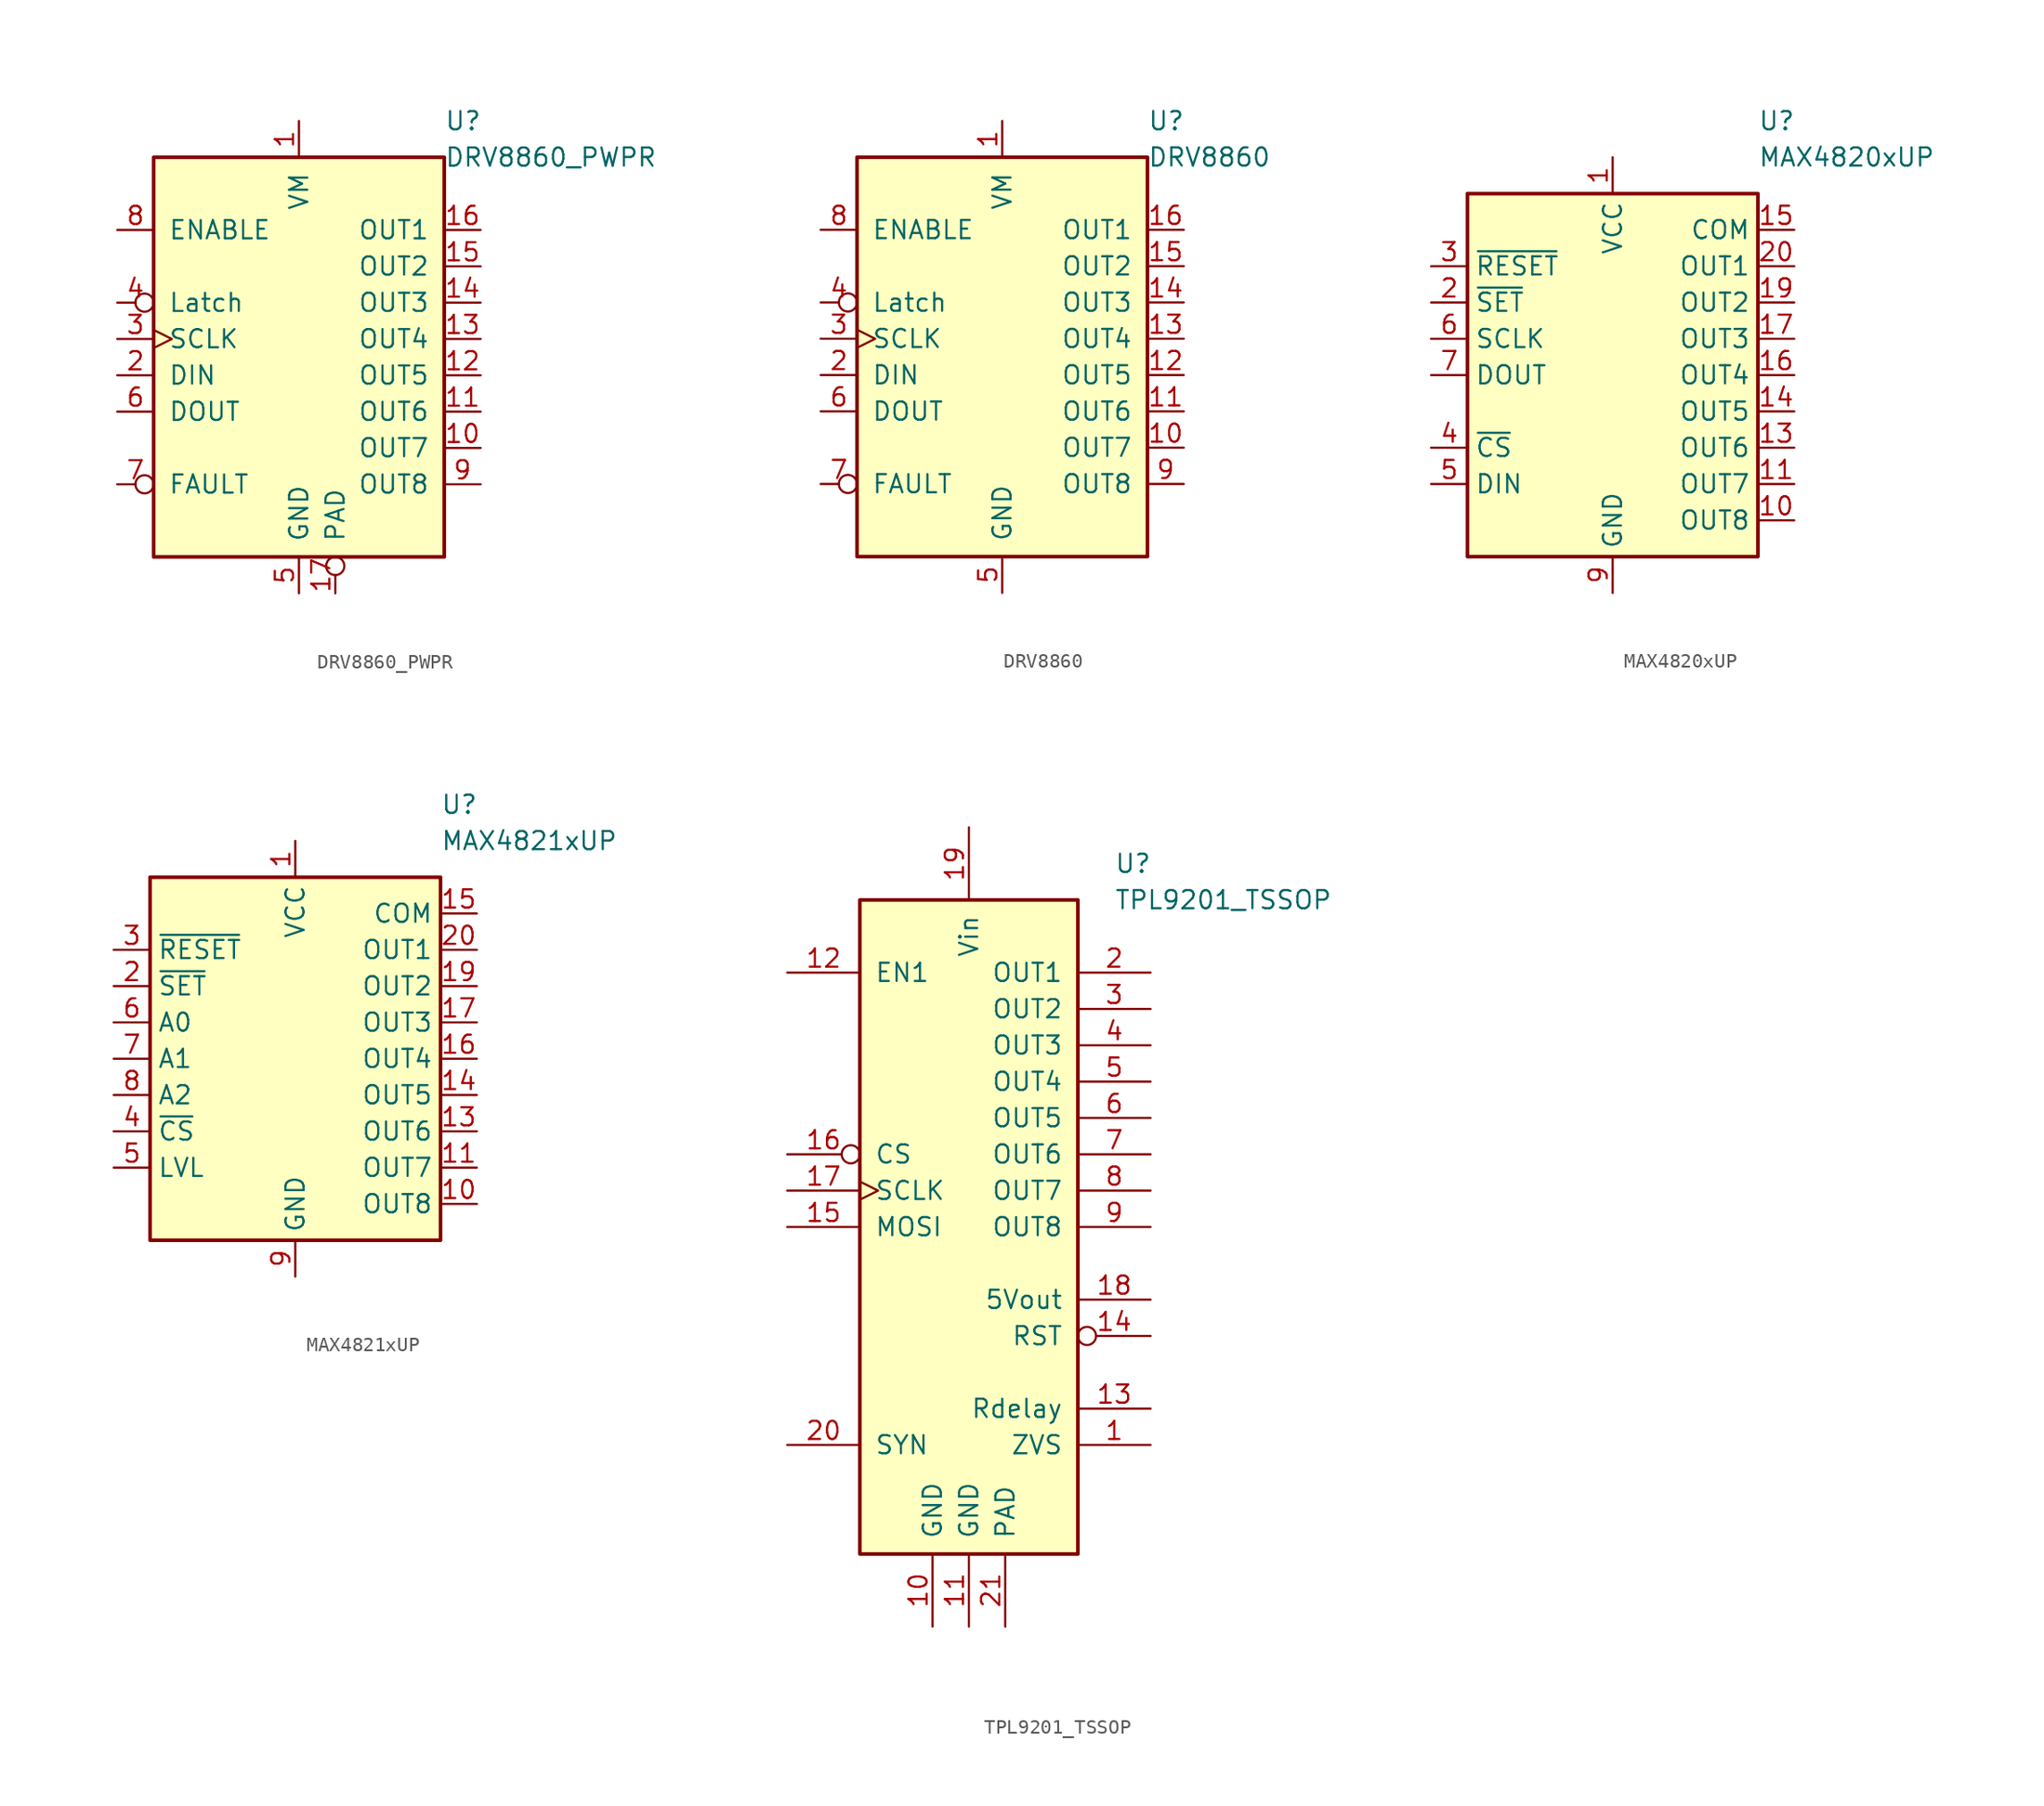
<source format=kicad_sym>
(kicad_symbol_lib
  (version 20241209)
  (generator "kicad_symbol_editor")
  (generator_version "9.0")
  (symbol "DRV8860_PWPR"
    (pin_names
      (offset 1.016))
    (property "Reference" "U"
      (at 10.16 17.78 0)
      (effects (font (size 1.27 1.27)) (justify left)))
    (property "Value" "DRV8860_PWPR"
      (at 10.16 15.24 0)
      (effects (font (size 1.27 1.27)) (justify left)))
    (symbol "DRV8860_PWPR_0_1"
      (rectangle (start -10.16 15.24) (end 10.16 -12.7) (stroke (width 0.254) (type default)) (fill (type background))))
    (symbol "DRV8860_PWPR_1_1"
      (pin input line (at -12.7 10.16 0) (length 2.54) (name "ENABLE" (effects (font (size 1.27 1.27)))) (number "8" (effects (font (size 1.27 1.27)))))
      (pin input inverted (at -12.7 5.08 0) (length 2.54) (name "Latch" (effects (font (size 1.27 1.27)))) (number "4" (effects (font (size 1.27 1.27)))))
      (pin input clock (at -12.7 2.54 0) (length 2.54) (name "SCLK" (effects (font (size 1.27 1.27)))) (number "3" (effects (font (size 1.27 1.27)))))
      (pin input line (at -12.7 0 0) (length 2.54) (name "DIN" (effects (font (size 1.27 1.27)))) (number "2" (effects (font (size 1.27 1.27)))))
      (pin output line (at -12.7 -2.54 0) (length 2.54) (name "DOUT" (effects (font (size 1.27 1.27)))) (number "6" (effects (font (size 1.27 1.27)))))
      (pin open_collector inverted (at -12.7 -7.62 0) (length 2.54) (name "FAULT" (effects (font (size 1.27 1.27)))) (number "7" (effects (font (size 1.27 1.27)))))
      (pin power_in line (at 0 17.78 270) (length 2.54) (name "VM" (effects (font (size 1.27 1.27)))) (number "1" (effects (font (size 1.27 1.27)))))
      (pin power_in line (at 0 -15.24 90) (length 2.54) (name "GND" (effects (font (size 1.27 1.27)))) (number "5" (effects (font (size 1.27 1.27)))))
      (pin power_in inverted (at 2.54 -15.24 90) (length 2.54) (name "PAD" (effects (font (size 1.27 1.27)))) (number "17" (effects (font (size 1.27 1.27)))))
      (pin output line (at 12.7 10.16 180) (length 2.54) (name "OUT1" (effects (font (size 1.27 1.27)))) (number "16" (effects (font (size 1.27 1.27)))))
      (pin output line (at 12.7 7.62 180) (length 2.54) (name "OUT2" (effects (font (size 1.27 1.27)))) (number "15" (effects (font (size 1.27 1.27)))))
      (pin output line (at 12.7 5.08 180) (length 2.54) (name "OUT3" (effects (font (size 1.27 1.27)))) (number "14" (effects (font (size 1.27 1.27)))))
      (pin output line (at 12.7 2.54 180) (length 2.54) (name "OUT4" (effects (font (size 1.27 1.27)))) (number "13" (effects (font (size 1.27 1.27)))))
      (pin output line (at 12.7 0 180) (length 2.54) (name "OUT5" (effects (font (size 1.27 1.27)))) (number "12" (effects (font (size 1.27 1.27)))))
      (pin output line (at 12.7 -2.54 180) (length 2.54) (name "OUT6" (effects (font (size 1.27 1.27)))) (number "11" (effects (font (size 1.27 1.27)))))
      (pin output line (at 12.7 -5.08 180) (length 2.54) (name "OUT7" (effects (font (size 1.27 1.27)))) (number "10" (effects (font (size 1.27 1.27)))))
      (pin output line (at 12.7 -7.62 180) (length 2.54) (name "OUT8" (effects (font (size 1.27 1.27)))) (number "9" (effects (font (size 1.27 1.27)))))))
  (symbol "DRV8860"
    (pin_names
      (offset 1.016))
    (property "Reference" "U"
      (at 10.16 17.78 0)
      (effects (font (size 1.27 1.27)) (justify left)))
    (property "Value" "DRV8860"
      (at 10.16 15.24 0)
      (effects (font (size 1.27 1.27)) (justify left)))
    (symbol "DRV8860_0_1"
      (rectangle (start -10.16 15.24) (end 10.16 -12.7) (stroke (width 0.254) (type default)) (fill (type background))))
    (symbol "DRV8860_1_1"
      (pin input line (at -12.7 10.16 0) (length 2.54) (name "ENABLE" (effects (font (size 1.27 1.27)))) (number "8" (effects (font (size 1.27 1.27)))))
      (pin input inverted (at -12.7 5.08 0) (length 2.54) (name "Latch" (effects (font (size 1.27 1.27)))) (number "4" (effects (font (size 1.27 1.27)))))
      (pin input clock (at -12.7 2.54 0) (length 2.54) (name "SCLK" (effects (font (size 1.27 1.27)))) (number "3" (effects (font (size 1.27 1.27)))))
      (pin input line (at -12.7 0 0) (length 2.54) (name "DIN" (effects (font (size 1.27 1.27)))) (number "2" (effects (font (size 1.27 1.27)))))
      (pin output line (at -12.7 -2.54 0) (length 2.54) (name "DOUT" (effects (font (size 1.27 1.27)))) (number "6" (effects (font (size 1.27 1.27)))))
      (pin open_collector inverted (at -12.7 -7.62 0) (length 2.54) (name "FAULT" (effects (font (size 1.27 1.27)))) (number "7" (effects (font (size 1.27 1.27)))))
      (pin power_in line (at 0 17.78 270) (length 2.54) (name "VM" (effects (font (size 1.27 1.27)))) (number "1" (effects (font (size 1.27 1.27)))))
      (pin power_in line (at 0 -15.24 90) (length 2.54) (name "GND" (effects (font (size 1.27 1.27)))) (number "5" (effects (font (size 1.27 1.27)))))
      (pin output line (at 12.7 10.16 180) (length 2.54) (name "OUT1" (effects (font (size 1.27 1.27)))) (number "16" (effects (font (size 1.27 1.27)))))
      (pin output line (at 12.7 7.62 180) (length 2.54) (name "OUT2" (effects (font (size 1.27 1.27)))) (number "15" (effects (font (size 1.27 1.27)))))
      (pin output line (at 12.7 5.08 180) (length 2.54) (name "OUT3" (effects (font (size 1.27 1.27)))) (number "14" (effects (font (size 1.27 1.27)))))
      (pin output line (at 12.7 2.54 180) (length 2.54) (name "OUT4" (effects (font (size 1.27 1.27)))) (number "13" (effects (font (size 1.27 1.27)))))
      (pin output line (at 12.7 0 180) (length 2.54) (name "OUT5" (effects (font (size 1.27 1.27)))) (number "12" (effects (font (size 1.27 1.27)))))
      (pin output line (at 12.7 -2.54 180) (length 2.54) (name "OUT6" (effects (font (size 1.27 1.27)))) (number "11" (effects (font (size 1.27 1.27)))))
      (pin output line (at 12.7 -5.08 180) (length 2.54) (name "OUT7" (effects (font (size 1.27 1.27)))) (number "10" (effects (font (size 1.27 1.27)))))
      (pin output line (at 12.7 -7.62 180) (length 2.54) (name "OUT8" (effects (font (size 1.27 1.27)))) (number "9" (effects (font (size 1.27 1.27)))))))
  (symbol "MAX4820xUP"
    (property "Reference" "U"
      (at 10.16 17.78 0)
      (effects (font (size 1.27 1.27)) (justify left)))
    (property "Value" "MAX4820xUP"
      (at 10.16 15.24 0)
      (effects (font (size 1.27 1.27)) (justify left)))
    (symbol "MAX4820xUP_0_0"
      (pin passive line (at 0 -15.24 90) (length 2.54) (hide yes) (name "GND" (effects (font (size 1.27 1.27)))) (number "18" (effects (font (size 1.27 1.27)))))
      (pin passive line (at 0 -15.24 90) (length 2.54) (hide yes) (name "GND" (effects (font (size 1.27 1.27)))) (number "21" (effects (font (size 1.27 1.27)))))
      (pin power_in line (at 0 -15.24 90) (length 2.54) (name "GND" (effects (font (size 1.27 1.27)))) (number "9" (effects (font (size 1.27 1.27)))))
      (pin open_collector line (at 12.7 7.62 180) (length 2.54) (name "OUT1" (effects (font (size 1.27 1.27)))) (number "20" (effects (font (size 1.27 1.27)))))
      (pin open_collector line (at 12.7 5.08 180) (length 2.54) (name "OUT2" (effects (font (size 1.27 1.27)))) (number "19" (effects (font (size 1.27 1.27)))))
      (pin open_collector line (at 12.7 2.54 180) (length 2.54) (name "OUT3" (effects (font (size 1.27 1.27)))) (number "17" (effects (font (size 1.27 1.27))))))
    (symbol "MAX4820xUP_0_1"
      (rectangle (start -10.16 12.7) (end 10.16 -12.7) (stroke (width 0.254) (type default)) (fill (type background))))
    (symbol "MAX4820xUP_1_1"
      (pin input line (at -12.7 7.62 0) (length 2.54) (name "~{RESET}" (effects (font (size 1.27 1.27)))) (number "3" (effects (font (size 1.27 1.27)))))
      (pin input line (at -12.7 5.08 0) (length 2.54) (name "~{SET}" (effects (font (size 1.27 1.27)))) (number "2" (effects (font (size 1.27 1.27)))))
      (pin input line (at -12.7 2.54 0) (length 2.54) (name "SCLK" (effects (font (size 1.27 1.27)))) (number "6" (effects (font (size 1.27 1.27)))))
      (pin output line (at -12.7 0 0) (length 2.54) (name "DOUT" (effects (font (size 1.27 1.27)))) (number "7" (effects (font (size 1.27 1.27)))))
      (pin input line (at -12.7 -5.08 0) (length 2.54) (name "~{CS}" (effects (font (size 1.27 1.27)))) (number "4" (effects (font (size 1.27 1.27)))))
      (pin input line (at -12.7 -7.62 0) (length 2.54) (name "DIN" (effects (font (size 1.27 1.27)))) (number "5" (effects (font (size 1.27 1.27)))))
      (pin no_connect line (at -10.16 -2.54 0) (length 2.54) (hide yes) (name "NC" (effects (font (size 1.27 1.27)))) (number "8" (effects (font (size 1.27 1.27)))))
      (pin power_in line (at 0 15.24 270) (length 2.54) (name "VCC" (effects (font (size 1.27 1.27)))) (number "1" (effects (font (size 1.27 1.27)))))
      (pin passive line (at 0 -15.24 90) (length 2.54) (hide yes) (name "GND" (effects (font (size 1.27 1.27)))) (number "12" (effects (font (size 1.27 1.27)))))
      (pin passive line (at 12.7 10.16 180) (length 2.54) (name "COM" (effects (font (size 1.27 1.27)))) (number "15" (effects (font (size 1.27 1.27)))))
      (pin open_collector line (at 12.7 0 180) (length 2.54) (name "OUT4" (effects (font (size 1.27 1.27)))) (number "16" (effects (font (size 1.27 1.27)))))
      (pin open_collector line (at 12.7 -2.54 180) (length 2.54) (name "OUT5" (effects (font (size 1.27 1.27)))) (number "14" (effects (font (size 1.27 1.27)))))
      (pin open_collector line (at 12.7 -5.08 180) (length 2.54) (name "OUT6" (effects (font (size 1.27 1.27)))) (number "13" (effects (font (size 1.27 1.27)))))
      (pin open_collector line (at 12.7 -7.62 180) (length 2.54) (name "OUT7" (effects (font (size 1.27 1.27)))) (number "11" (effects (font (size 1.27 1.27)))))
      (pin open_collector line (at 12.7 -10.16 180) (length 2.54) (name "OUT8" (effects (font (size 1.27 1.27)))) (number "10" (effects (font (size 1.27 1.27)))))))
  (symbol "MAX4821xUP"
    (property "Reference" "U"
      (at 10.16 17.78 0)
      (effects (font (size 1.27 1.27)) (justify left)))
    (property "Value" "MAX4821xUP"
      (at 10.16 15.24 0)
      (effects (font (size 1.27 1.27)) (justify left)))
    (symbol "MAX4821xUP_0_0"
      (pin passive line (at 0 -15.24 90) (length 2.54) (hide yes) (name "GND" (effects (font (size 1.27 1.27)))) (number "18" (effects (font (size 1.27 1.27)))))
      (pin passive line (at 0 -15.24 90) (length 2.54) (hide yes) (name "GND" (effects (font (size 1.27 1.27)))) (number "21" (effects (font (size 1.27 1.27)))))
      (pin power_in line (at 0 -15.24 90) (length 2.54) (name "GND" (effects (font (size 1.27 1.27)))) (number "9" (effects (font (size 1.27 1.27)))))
      (pin open_collector line (at 12.7 7.62 180) (length 2.54) (name "OUT1" (effects (font (size 1.27 1.27)))) (number "20" (effects (font (size 1.27 1.27)))))
      (pin open_collector line (at 12.7 5.08 180) (length 2.54) (name "OUT2" (effects (font (size 1.27 1.27)))) (number "19" (effects (font (size 1.27 1.27)))))
      (pin open_collector line (at 12.7 2.54 180) (length 2.54) (name "OUT3" (effects (font (size 1.27 1.27)))) (number "17" (effects (font (size 1.27 1.27))))))
    (symbol "MAX4821xUP_0_1"
      (rectangle (start -10.16 12.7) (end 10.16 -12.7) (stroke (width 0.254) (type default)) (fill (type background))))
    (symbol "MAX4821xUP_1_1"
      (pin input line (at -12.7 7.62 0) (length 2.54) (name "~{RESET}" (effects (font (size 1.27 1.27)))) (number "3" (effects (font (size 1.27 1.27)))))
      (pin input line (at -12.7 5.08 0) (length 2.54) (name "~{SET}" (effects (font (size 1.27 1.27)))) (number "2" (effects (font (size 1.27 1.27)))))
      (pin input line (at -12.7 2.54 0) (length 2.54) (name "A0" (effects (font (size 1.27 1.27)))) (number "6" (effects (font (size 1.27 1.27)))))
      (pin input line (at -12.7 0 0) (length 2.54) (name "A1" (effects (font (size 1.27 1.27)))) (number "7" (effects (font (size 1.27 1.27)))))
      (pin input line (at -12.7 -2.54 0) (length 2.54) (name "A2" (effects (font (size 1.27 1.27)))) (number "8" (effects (font (size 1.27 1.27)))))
      (pin input line (at -12.7 -5.08 0) (length 2.54) (name "~{CS}" (effects (font (size 1.27 1.27)))) (number "4" (effects (font (size 1.27 1.27)))))
      (pin input line (at -12.7 -7.62 0) (length 2.54) (name "LVL" (effects (font (size 1.27 1.27)))) (number "5" (effects (font (size 1.27 1.27)))))
      (pin power_in line (at 0 15.24 270) (length 2.54) (name "VCC" (effects (font (size 1.27 1.27)))) (number "1" (effects (font (size 1.27 1.27)))))
      (pin passive line (at 0 -15.24 90) (length 2.54) (hide yes) (name "GND" (effects (font (size 1.27 1.27)))) (number "12" (effects (font (size 1.27 1.27)))))
      (pin passive line (at 12.7 10.16 180) (length 2.54) (name "COM" (effects (font (size 1.27 1.27)))) (number "15" (effects (font (size 1.27 1.27)))))
      (pin open_collector line (at 12.7 0 180) (length 2.54) (name "OUT4" (effects (font (size 1.27 1.27)))) (number "16" (effects (font (size 1.27 1.27)))))
      (pin open_collector line (at 12.7 -2.54 180) (length 2.54) (name "OUT5" (effects (font (size 1.27 1.27)))) (number "14" (effects (font (size 1.27 1.27)))))
      (pin open_collector line (at 12.7 -5.08 180) (length 2.54) (name "OUT6" (effects (font (size 1.27 1.27)))) (number "13" (effects (font (size 1.27 1.27)))))
      (pin open_collector line (at 12.7 -7.62 180) (length 2.54) (name "OUT7" (effects (font (size 1.27 1.27)))) (number "11" (effects (font (size 1.27 1.27)))))
      (pin open_collector line (at 12.7 -10.16 180) (length 2.54) (name "OUT8" (effects (font (size 1.27 1.27)))) (number "10" (effects (font (size 1.27 1.27)))))))
  (symbol "TPL9201_TSSOP"
    (pin_names
      (offset 1.016))
    (property "Reference" "U"
      (at 10.16 17.78 0)
      (effects (font (size 1.27 1.27)) (justify left)))
    (property "Value" "TPL9201_TSSOP"
      (at 10.16 15.24 0)
      (effects (font (size 1.27 1.27)) (justify left)))
    (symbol "TPL9201_TSSOP_0_1"
      (rectangle (start -7.62 15.24) (end 7.62 -30.48) (stroke (width 0.254) (type default)) (fill (type background))))
    (symbol "TPL9201_TSSOP_1_1"
      (pin input line (at -12.7 10.16 0) (length 5.08) (name "EN1" (effects (font (size 1.27 1.27)))) (number "12" (effects (font (size 1.27 1.27)))))
      (pin input inverted (at -12.7 -2.54 0) (length 5.08) (name "CS" (effects (font (size 1.27 1.27)))) (number "16" (effects (font (size 1.27 1.27)))))
      (pin input clock (at -12.7 -5.08 0) (length 5.08) (name "SCLK" (effects (font (size 1.27 1.27)))) (number "17" (effects (font (size 1.27 1.27)))))
      (pin input line (at -12.7 -7.62 0) (length 5.08) (name "MOSI" (effects (font (size 1.27 1.27)))) (number "15" (effects (font (size 1.27 1.27)))))
      (pin input line (at -12.7 -22.86 0) (length 5.08) (name "SYN" (effects (font (size 1.27 1.27)))) (number "20" (effects (font (size 1.27 1.27)))))
      (pin power_in line (at -2.54 -35.56 90) (length 5.08) (name "GND" (effects (font (size 1.27 1.27)))) (number "10" (effects (font (size 1.27 1.27)))))
      (pin power_in line (at 0 20.32 270) (length 5.08) (name "Vin" (effects (font (size 1.27 1.27)))) (number "19" (effects (font (size 1.27 1.27)))))
      (pin power_in line (at 0 -35.56 90) (length 5.08) (name "GND" (effects (font (size 1.27 1.27)))) (number "11" (effects (font (size 1.27 1.27)))))
      (pin power_in line (at 2.54 -35.56 90) (length 5.08) (name "PAD" (effects (font (size 1.27 1.27)))) (number "21" (effects (font (size 1.27 1.27)))))
      (pin output line (at 12.7 10.16 180) (length 5.08) (name "OUT1" (effects (font (size 1.27 1.27)))) (number "2" (effects (font (size 1.27 1.27)))))
      (pin output line (at 12.7 7.62 180) (length 5.08) (name "OUT2" (effects (font (size 1.27 1.27)))) (number "3" (effects (font (size 1.27 1.27)))))
      (pin output line (at 12.7 5.08 180) (length 5.08) (name "OUT3" (effects (font (size 1.27 1.27)))) (number "4" (effects (font (size 1.27 1.27)))))
      (pin output line (at 12.7 2.54 180) (length 5.08) (name "OUT4" (effects (font (size 1.27 1.27)))) (number "5" (effects (font (size 1.27 1.27)))))
      (pin output line (at 12.7 0 180) (length 5.08) (name "OUT5" (effects (font (size 1.27 1.27)))) (number "6" (effects (font (size 1.27 1.27)))))
      (pin output line (at 12.7 -2.54 180) (length 5.08) (name "OUT6" (effects (font (size 1.27 1.27)))) (number "7" (effects (font (size 1.27 1.27)))))
      (pin output line (at 12.7 -5.08 180) (length 5.08) (name "OUT7" (effects (font (size 1.27 1.27)))) (number "8" (effects (font (size 1.27 1.27)))))
      (pin output line (at 12.7 -7.62 180) (length 5.08) (name "OUT8" (effects (font (size 1.27 1.27)))) (number "9" (effects (font (size 1.27 1.27)))))
      (pin power_out line (at 12.7 -12.7 180) (length 5.08) (name "5Vout" (effects (font (size 1.27 1.27)))) (number "18" (effects (font (size 1.27 1.27)))))
      (pin bidirectional inverted (at 12.7 -15.24 180) (length 5.08) (name "RST" (effects (font (size 1.27 1.27)))) (number "14" (effects (font (size 1.27 1.27)))))
      (pin output line (at 12.7 -20.32 180) (length 5.08) (name "Rdelay" (effects (font (size 1.27 1.27)))) (number "13" (effects (font (size 1.27 1.27)))))
      (pin output line (at 12.7 -22.86 180) (length 5.08) (name "ZVS" (effects (font (size 1.27 1.27)))) (number "1" (effects (font (size 1.27 1.27))))))))
</source>
